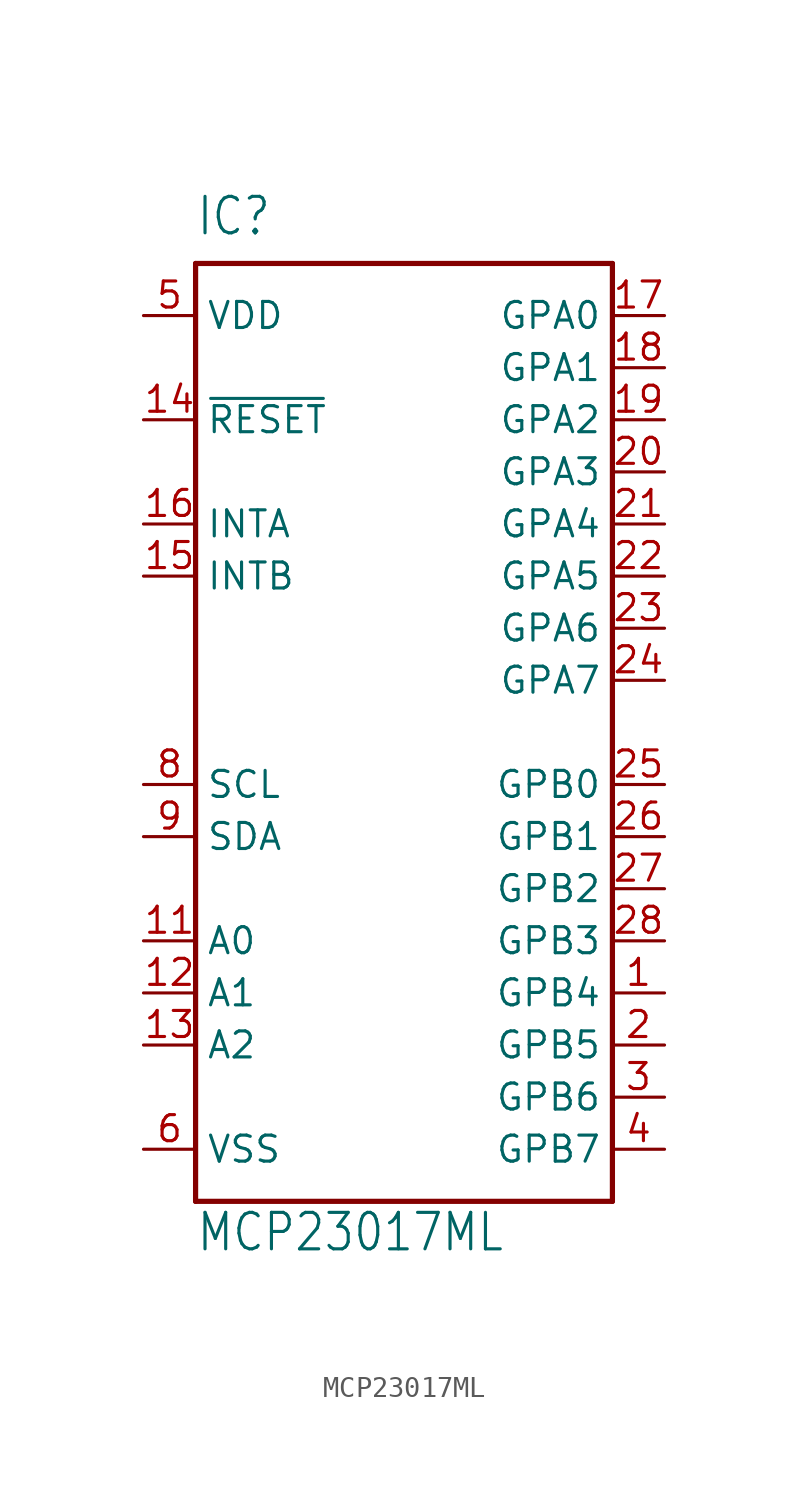
<source format=kicad_sym>
(kicad_symbol_lib
  (version 20211014)
  (generator kicad_symbol_editor)
  (symbol "MCP23017ML"
    (property "Reference" "IC"
      (at -10.16 24.13 0)
      (effects (font (size 1.778 1.511)) (justify left bottom)))
    (property "Value" "MCP23017ML"
      (at -10.16 -25.4 0)
      (effects (font (size 1.778 1.511)) (justify left bottom)))
    (property "ki_locked" ""
      (at 0 0 0)
      (effects (font (size 1.27 1.27))))
    (symbol "MCP23017ML_1_0"
      (polyline (pts (xy -10.16 -22.86) (xy -10.16 22.86)) (stroke (width 0.254) (type default) (color 0 0 0 0)) (fill (type none)))
      (polyline (pts (xy -10.16 22.86) (xy 10.16 22.86)) (stroke (width 0.254) (type default) (color 0 0 0 0)) (fill (type none)))
      (polyline (pts (xy 10.16 -22.86) (xy -10.16 -22.86)) (stroke (width 0.254) (type default) (color 0 0 0 0)) (fill (type none)))
      (polyline (pts (xy 10.16 22.86) (xy 10.16 -22.86)) (stroke (width 0.254) (type default) (color 0 0 0 0)) (fill (type none)))
      (pin bidirectional line (at 12.7 -12.7 180) (length 2.54) (name "GPB4" (effects (font (size 1.27 1.27)))) (number "1" (effects (font (size 1.27 1.27)))))
      (pin input line (at -12.7 -10.16 0) (length 2.54) (name "A0" (effects (font (size 1.27 1.27)))) (number "11" (effects (font (size 1.27 1.27)))))
      (pin input line (at -12.7 -12.7 0) (length 2.54) (name "A1" (effects (font (size 1.27 1.27)))) (number "12" (effects (font (size 1.27 1.27)))))
      (pin input line (at -12.7 -15.24 0) (length 2.54) (name "A2" (effects (font (size 1.27 1.27)))) (number "13" (effects (font (size 1.27 1.27)))))
      (pin input line (at -12.7 15.24 0) (length 2.54) (name "~{RESET}" (effects (font (size 1.27 1.27)))) (number "14" (effects (font (size 1.27 1.27)))))
      (pin output line (at -12.7 7.62 0) (length 2.54) (name "INTB" (effects (font (size 1.27 1.27)))) (number "15" (effects (font (size 1.27 1.27)))))
      (pin output line (at -12.7 10.16 0) (length 2.54) (name "INTA" (effects (font (size 1.27 1.27)))) (number "16" (effects (font (size 1.27 1.27)))))
      (pin bidirectional line (at 12.7 20.32 180) (length 2.54) (name "GPA0" (effects (font (size 1.27 1.27)))) (number "17" (effects (font (size 1.27 1.27)))))
      (pin bidirectional line (at 12.7 17.78 180) (length 2.54) (name "GPA1" (effects (font (size 1.27 1.27)))) (number "18" (effects (font (size 1.27 1.27)))))
      (pin bidirectional line (at 12.7 15.24 180) (length 2.54) (name "GPA2" (effects (font (size 1.27 1.27)))) (number "19" (effects (font (size 1.27 1.27)))))
      (pin bidirectional line (at 12.7 -15.24 180) (length 2.54) (name "GPB5" (effects (font (size 1.27 1.27)))) (number "2" (effects (font (size 1.27 1.27)))))
      (pin bidirectional line (at 12.7 12.7 180) (length 2.54) (name "GPA3" (effects (font (size 1.27 1.27)))) (number "20" (effects (font (size 1.27 1.27)))))
      (pin bidirectional line (at 12.7 10.16 180) (length 2.54) (name "GPA4" (effects (font (size 1.27 1.27)))) (number "21" (effects (font (size 1.27 1.27)))))
      (pin bidirectional line (at 12.7 7.62 180) (length 2.54) (name "GPA5" (effects (font (size 1.27 1.27)))) (number "22" (effects (font (size 1.27 1.27)))))
      (pin bidirectional line (at 12.7 5.08 180) (length 2.54) (name "GPA6" (effects (font (size 1.27 1.27)))) (number "23" (effects (font (size 1.27 1.27)))))
      (pin bidirectional line (at 12.7 2.54 180) (length 2.54) (name "GPA7" (effects (font (size 1.27 1.27)))) (number "24" (effects (font (size 1.27 1.27)))))
      (pin bidirectional line (at 12.7 -2.54 180) (length 2.54) (name "GPB0" (effects (font (size 1.27 1.27)))) (number "25" (effects (font (size 1.27 1.27)))))
      (pin bidirectional line (at 12.7 -5.08 180) (length 2.54) (name "GPB1" (effects (font (size 1.27 1.27)))) (number "26" (effects (font (size 1.27 1.27)))))
      (pin bidirectional line (at 12.7 -7.62 180) (length 2.54) (name "GPB2" (effects (font (size 1.27 1.27)))) (number "27" (effects (font (size 1.27 1.27)))))
      (pin bidirectional line (at 12.7 -10.16 180) (length 2.54) (name "GPB3" (effects (font (size 1.27 1.27)))) (number "28" (effects (font (size 1.27 1.27)))))
      (pin bidirectional line (at 12.7 -17.78 180) (length 2.54) (name "GPB6" (effects (font (size 1.27 1.27)))) (number "3" (effects (font (size 1.27 1.27)))))
      (pin bidirectional line (at 12.7 -20.32 180) (length 2.54) (name "GPB7" (effects (font (size 1.27 1.27)))) (number "4" (effects (font (size 1.27 1.27)))))
      (pin power_in line (at -12.7 20.32 0) (length 2.54) (name "VDD" (effects (font (size 1.27 1.27)))) (number "5" (effects (font (size 1.27 1.27)))))
      (pin power_in line (at -12.7 -20.32 0) (length 2.54) (name "VSS" (effects (font (size 1.27 1.27)))) (number "6" (effects (font (size 1.27 1.27)))))
      (pin input line (at -12.7 -2.54 0) (length 2.54) (name "SCL" (effects (font (size 1.27 1.27)))) (number "8" (effects (font (size 1.27 1.27)))))
      (pin bidirectional line (at -12.7 -5.08 0) (length 2.54) (name "SDA" (effects (font (size 1.27 1.27)))) (number "9" (effects (font (size 1.27 1.27))))))))
</source>
